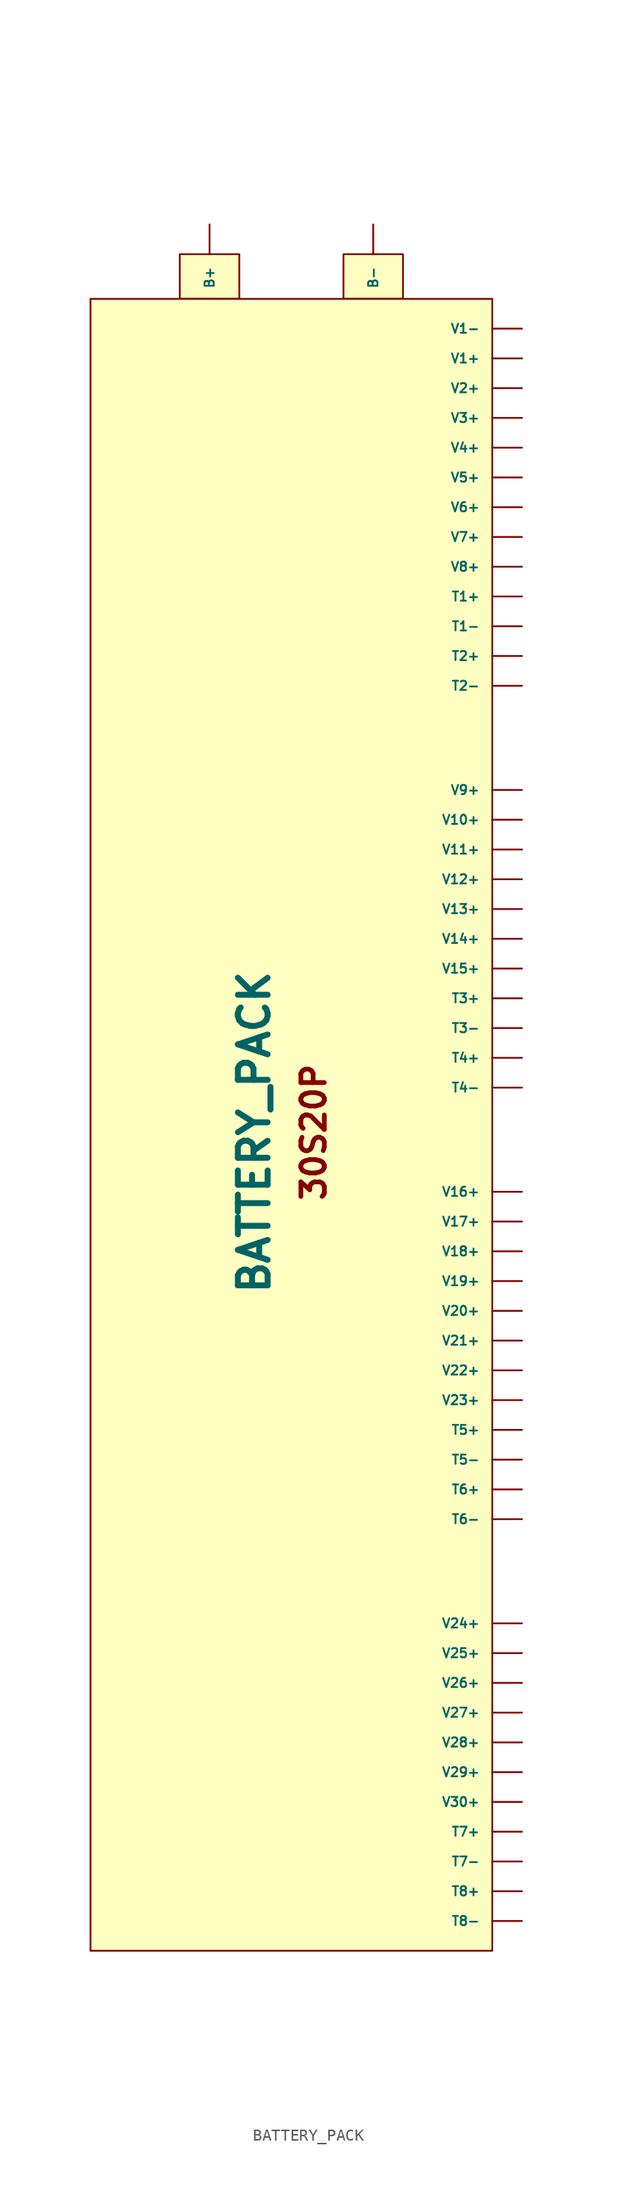
<source format=kicad_sym>
(kicad_symbol_lib
  (version 20231120)
  (generator "kicad_symbol_editor")
  (generator_version "8.0")
  (symbol "BATTERY_PACK"
    (pin_names
      (offset 1.016))
    (property "Reference" "B"
      (at -3.81 30.48 0)
      (effects (font (size 1.27 1.27)) (hide yes)))
    (property "Value" "BATTERY_PACK"
      (at -5.08 0 90)
      (effects (font (size 2.54 2.54) (bold yes))))
    (symbol "BATTERY_PACK_0_0"
      (text "30S20P" (at 0 0 900) (effects (font (size 2 2) (bold yes)))))
    (symbol "BATTERY_PACK_0_1"
      (rectangle (start -11.43 74.93) (end -6.35 71.12) (stroke (width 0) (type default)) (fill (type background)))
      (rectangle (start 2.54 71.12) (end 7.62 74.93) (stroke (width 0) (type default)) (fill (type background)))
      (rectangle (start 15.24 71.12) (end -19.05 -69.85) (stroke (width 0) (type default)) (fill (type background))))
    (symbol "BATTERY_PACK_1_1"
      (pin input line (at -8.89 77.47 270) (length 2.54) (name "B+" (effects (font (size 0.787 0.787)))) (number "" (effects (font (size 0.787 0.787)))))
      (pin input line (at 5.08 77.47 270) (length 2.54) (name "B-" (effects (font (size 0.787 0.787)))) (number "" (effects (font (size 0.787 0.787)))))
      (pin input line (at 17.78 45.72 180) (length 2.54) (name "T1+" (effects (font (size 0.787 0.787)))) (number "" (effects (font (size 0.787 0.787)))))
      (pin input line (at 17.78 43.18 180) (length 2.54) (name "T1-" (effects (font (size 0.787 0.787)))) (number "" (effects (font (size 0.787 0.787)))))
      (pin input line (at 17.78 40.64 180) (length 2.54) (name "T2+" (effects (font (size 0.787 0.787)))) (number "" (effects (font (size 0.787 0.787)))))
      (pin input line (at 17.78 38.1 180) (length 2.54) (name "T2-" (effects (font (size 0.787 0.787)))) (number "" (effects (font (size 0.787 0.787)))))
      (pin input line (at 17.78 11.43 180) (length 2.54) (name "T3+" (effects (font (size 0.787 0.787)))) (number "" (effects (font (size 0.787 0.787)))))
      (pin input line (at 17.78 8.89 180) (length 2.54) (name "T3-" (effects (font (size 0.787 0.787)))) (number "" (effects (font (size 0.787 0.787)))))
      (pin input line (at 17.78 6.35 180) (length 2.54) (name "T4+" (effects (font (size 0.787 0.787)))) (number "" (effects (font (size 0.787 0.787)))))
      (pin input line (at 17.78 3.81 180) (length 2.54) (name "T4-" (effects (font (size 0.787 0.787)))) (number "" (effects (font (size 0.787 0.787)))))
      (pin input line (at 17.78 -25.4 180) (length 2.54) (name "T5+" (effects (font (size 0.787 0.787)))) (number "" (effects (font (size 0.787 0.787)))))
      (pin input line (at 17.78 -27.94 180) (length 2.54) (name "T5-" (effects (font (size 0.787 0.787)))) (number "" (effects (font (size 0.787 0.787)))))
      (pin input line (at 17.78 -30.48 180) (length 2.54) (name "T6+" (effects (font (size 0.787 0.787)))) (number "" (effects (font (size 0.787 0.787)))))
      (pin input line (at 17.78 -33.02 180) (length 2.54) (name "T6-" (effects (font (size 0.787 0.787)))) (number "" (effects (font (size 0.787 0.787)))))
      (pin input line (at 17.78 -59.69 180) (length 2.54) (name "T7+" (effects (font (size 0.787 0.787)))) (number "" (effects (font (size 0.787 0.787)))))
      (pin input line (at 17.78 -62.23 180) (length 2.54) (name "T7-" (effects (font (size 0.787 0.787)))) (number "" (effects (font (size 0.787 0.787)))))
      (pin input line (at 17.78 -64.77 180) (length 2.54) (name "T8+" (effects (font (size 0.787 0.787)))) (number "" (effects (font (size 0.787 0.787)))))
      (pin input line (at 17.78 -67.31 180) (length 2.54) (name "T8-" (effects (font (size 0.787 0.787)))) (number "" (effects (font (size 0.787 0.787)))))
      (pin input line (at 17.78 66.04 180) (length 2.54) (name "V1+" (effects (font (size 0.787 0.787)))) (number "" (effects (font (size 0.787 0.787)))))
      (pin input line (at 17.78 68.58 180) (length 2.54) (name "V1-" (effects (font (size 0.787 0.787)))) (number "" (effects (font (size 0.787 0.787)))))
      (pin input line (at 17.78 26.67 180) (length 2.54) (name "V10+" (effects (font (size 0.787 0.787)))) (number "" (effects (font (size 0.787 0.787)))))
      (pin input line (at 17.78 24.13 180) (length 2.54) (name "V11+" (effects (font (size 0.787 0.787)))) (number "" (effects (font (size 0.787 0.787)))))
      (pin input line (at 17.78 21.59 180) (length 2.54) (name "V12+" (effects (font (size 0.787 0.787)))) (number "" (effects (font (size 0.787 0.787)))))
      (pin input line (at 17.78 19.05 180) (length 2.54) (name "V13+" (effects (font (size 0.787 0.787)))) (number "" (effects (font (size 0.787 0.787)))))
      (pin input line (at 17.78 16.51 180) (length 2.54) (name "V14+" (effects (font (size 0.787 0.787)))) (number "" (effects (font (size 0.787 0.787)))))
      (pin input line (at 17.78 13.97 180) (length 2.54) (name "V15+" (effects (font (size 0.787 0.787)))) (number "" (effects (font (size 0.787 0.787)))))
      (pin input line (at 17.78 -5.08 180) (length 2.54) (name "V16+" (effects (font (size 0.787 0.787)))) (number "" (effects (font (size 0.787 0.787)))))
      (pin input line (at 17.78 -7.62 180) (length 2.54) (name "V17+" (effects (font (size 0.787 0.787)))) (number "" (effects (font (size 0.787 0.787)))))
      (pin input line (at 17.78 -10.16 180) (length 2.54) (name "V18+" (effects (font (size 0.787 0.787)))) (number "" (effects (font (size 0.787 0.787)))))
      (pin input line (at 17.78 -12.7 180) (length 2.54) (name "V19+" (effects (font (size 0.787 0.787)))) (number "" (effects (font (size 0.787 0.787)))))
      (pin input line (at 17.78 63.5 180) (length 2.54) (name "V2+" (effects (font (size 0.787 0.787)))) (number "" (effects (font (size 0.787 0.787)))))
      (pin input line (at 17.78 -15.24 180) (length 2.54) (name "V20+" (effects (font (size 0.787 0.787)))) (number "" (effects (font (size 0.787 0.787)))))
      (pin input line (at 17.78 -17.78 180) (length 2.54) (name "V21+" (effects (font (size 0.787 0.787)))) (number "" (effects (font (size 0.787 0.787)))))
      (pin input line (at 17.78 -20.32 180) (length 2.54) (name "V22+" (effects (font (size 0.787 0.787)))) (number "" (effects (font (size 0.787 0.787)))))
      (pin input line (at 17.78 -22.86 180) (length 2.54) (name "V23+" (effects (font (size 0.787 0.787)))) (number "" (effects (font (size 0.787 0.787)))))
      (pin input line (at 17.78 -41.91 180) (length 2.54) (name "V24+" (effects (font (size 0.787 0.787)))) (number "" (effects (font (size 0.787 0.787)))))
      (pin input line (at 17.78 -44.45 180) (length 2.54) (name "V25+" (effects (font (size 0.787 0.787)))) (number "" (effects (font (size 0.787 0.787)))))
      (pin input line (at 17.78 -46.99 180) (length 2.54) (name "V26+" (effects (font (size 0.787 0.787)))) (number "" (effects (font (size 0.787 0.787)))))
      (pin input line (at 17.78 -49.53 180) (length 2.54) (name "V27+" (effects (font (size 0.787 0.787)))) (number "" (effects (font (size 0.787 0.787)))))
      (pin input line (at 17.78 -52.07 180) (length 2.54) (name "V28+" (effects (font (size 0.787 0.787)))) (number "" (effects (font (size 0.787 0.787)))))
      (pin input line (at 17.78 -54.61 180) (length 2.54) (name "V29+" (effects (font (size 0.787 0.787)))) (number "" (effects (font (size 0.787 0.787)))))
      (pin input line (at 17.78 60.96 180) (length 2.54) (name "V3+" (effects (font (size 0.787 0.787)))) (number "" (effects (font (size 0.787 0.787)))))
      (pin input line (at 17.78 -57.15 180) (length 2.54) (name "V30+" (effects (font (size 0.787 0.787)))) (number "" (effects (font (size 0.787 0.787)))))
      (pin input line (at 17.78 58.42 180) (length 2.54) (name "V4+" (effects (font (size 0.787 0.787)))) (number "" (effects (font (size 0.787 0.787)))))
      (pin input line (at 17.78 55.88 180) (length 2.54) (name "V5+" (effects (font (size 0.787 0.787)))) (number "" (effects (font (size 0.787 0.787)))))
      (pin input line (at 17.78 53.34 180) (length 2.54) (name "V6+" (effects (font (size 0.787 0.787)))) (number "" (effects (font (size 0.787 0.787)))))
      (pin input line (at 17.78 50.8 180) (length 2.54) (name "V7+" (effects (font (size 0.787 0.787)))) (number "" (effects (font (size 0.787 0.787)))))
      (pin input line (at 17.78 48.26 180) (length 2.54) (name "V8+" (effects (font (size 0.787 0.787)))) (number "" (effects (font (size 0.787 0.787)))))
      (pin input line (at 17.78 29.21 180) (length 2.54) (name "V9+" (effects (font (size 0.787 0.787)))) (number "" (effects (font (size 0.787 0.787))))))))
</source>
